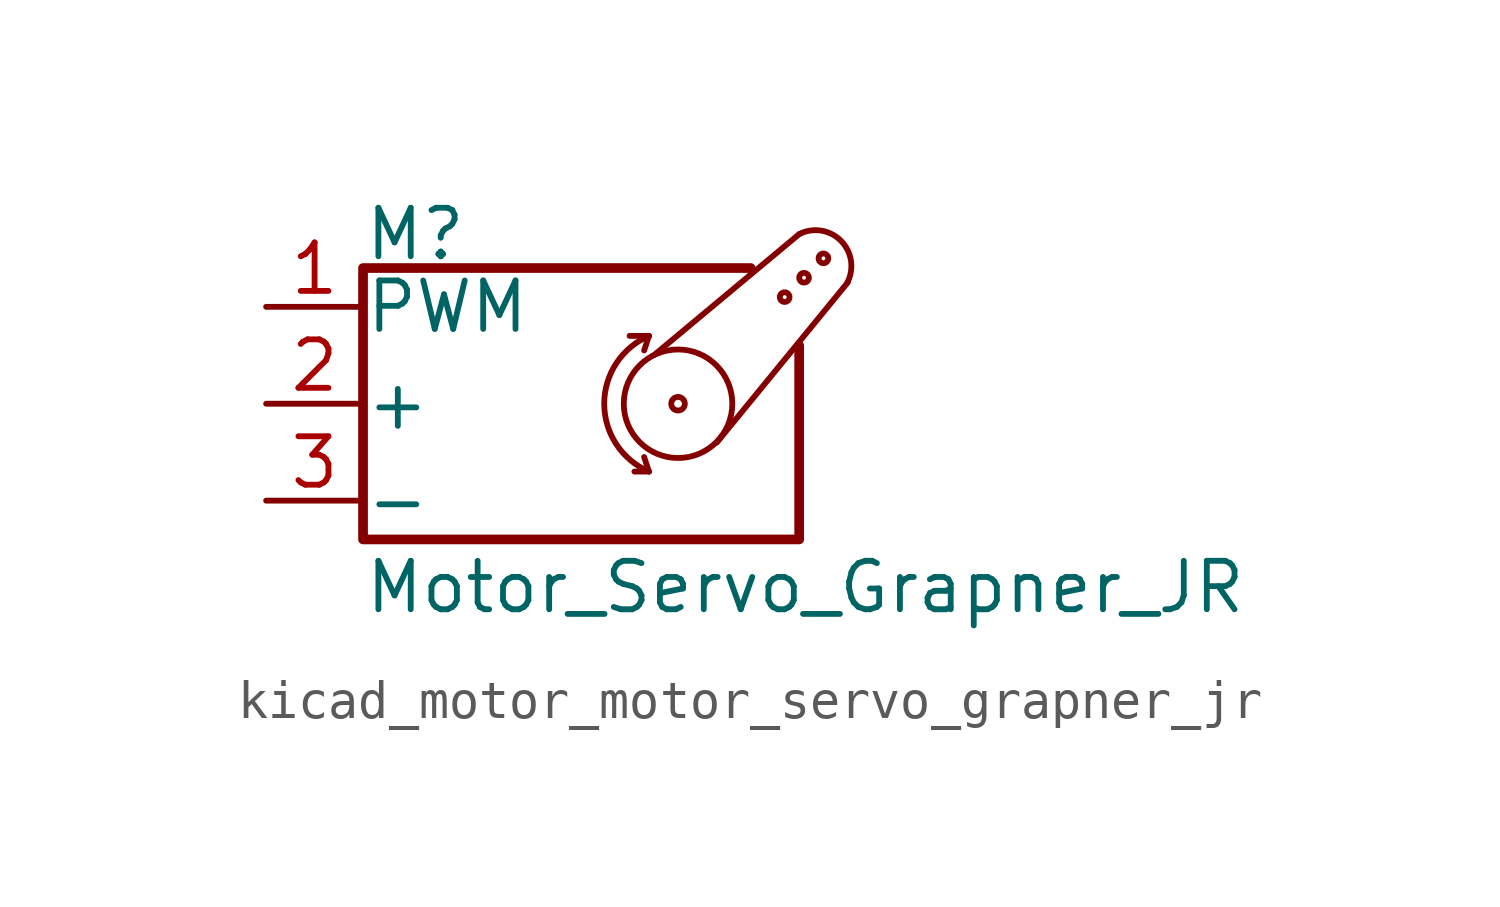
<source format=kicad_sym>
(kicad_symbol_lib
  (version 20220914)
  (generator kicad_symbol_editor)
  (symbol "kicad_motor_motor_servo_grapner_jr"
    (pin_names
      (offset 0.025))
    (property "Reference" "M"
      (at -5.08 4.445 0)
      (effects (font (size 1.27 1.27)) (justify left)))
    (property "Value" "Motor_Servo_Grapner_JR"
      (at -5.08 -4.064 0)
      (effects (font (size 1.27 1.27)) (justify left top)))
    (symbol "kicad_motor_motor_servo_grapner_jr_0_1"
      (polyline (pts (xy 2.413 -1.778) (xy 2.032 -1.778)) (stroke (width 0) (type default)) (fill (type none)))
      (polyline (pts (xy 2.413 -1.778) (xy 2.286 -1.397)) (stroke (width 0) (type default)) (fill (type none)))
      (polyline (pts (xy 2.413 1.778) (xy 1.905 1.778)) (stroke (width 0) (type default)) (fill (type none)))
      (polyline (pts (xy 2.413 1.778) (xy 2.286 1.397)) (stroke (width 0) (type default)) (fill (type none)))
      (polyline (pts (xy 6.35 4.445) (xy 2.54 1.27)) (stroke (width 0) (type default)) (fill (type none)))
      (polyline (pts (xy 7.62 3.175) (xy 4.191 -1.016)) (stroke (width 0) (type default)) (fill (type none)))
      (polyline (pts (xy 5.08 3.556) (xy -5.08 3.556) (xy -5.08 -3.556) (xy 6.35 -3.556) (xy 6.35 1.524)) (stroke (width 0.254) (type default)) (fill (type none)))
      (arc (start 2.413 1.778) (mid 1.2406 0) (end 2.413 -1.778) (stroke (width 0) (type default)) (fill (type none)))
      (circle (center 3.175 0) (radius 0.178) (stroke (width 0) (type default)) (fill (type none)))
      (circle (center 3.175 0) (radius 1.422) (stroke (width 0) (type default)) (fill (type none)))
      (circle (center 5.969 2.794) (radius 0.127) (stroke (width 0) (type default)) (fill (type none)))
      (circle (center 6.477 3.302) (radius 0.127) (stroke (width 0) (type default)) (fill (type none)))
      (circle (center 6.985 3.81) (radius 0.127) (stroke (width 0) (type default)) (fill (type none)))
      (arc (start 7.62 3.175) (mid 7.4485 4.2735) (end 6.35 4.445) (stroke (width 0) (type default)) (fill (type none))))
    (symbol "kicad_motor_motor_servo_grapner_jr_1_1"
      (pin passive line (at -7.62 2.54 0) (length 2.54) (name "PWM" (effects (font (size 1.27 1.27)))) (number "1" (effects (font (size 1.27 1.27)))))
      (pin passive line (at -7.62 0 0) (length 2.54) (name "+" (effects (font (size 1.27 1.27)))) (number "2" (effects (font (size 1.27 1.27)))))
      (pin passive line (at -7.62 -2.54 0) (length 2.54) (name "-" (effects (font (size 1.27 1.27)))) (number "3" (effects (font (size 1.27 1.27))))))))
</source>
